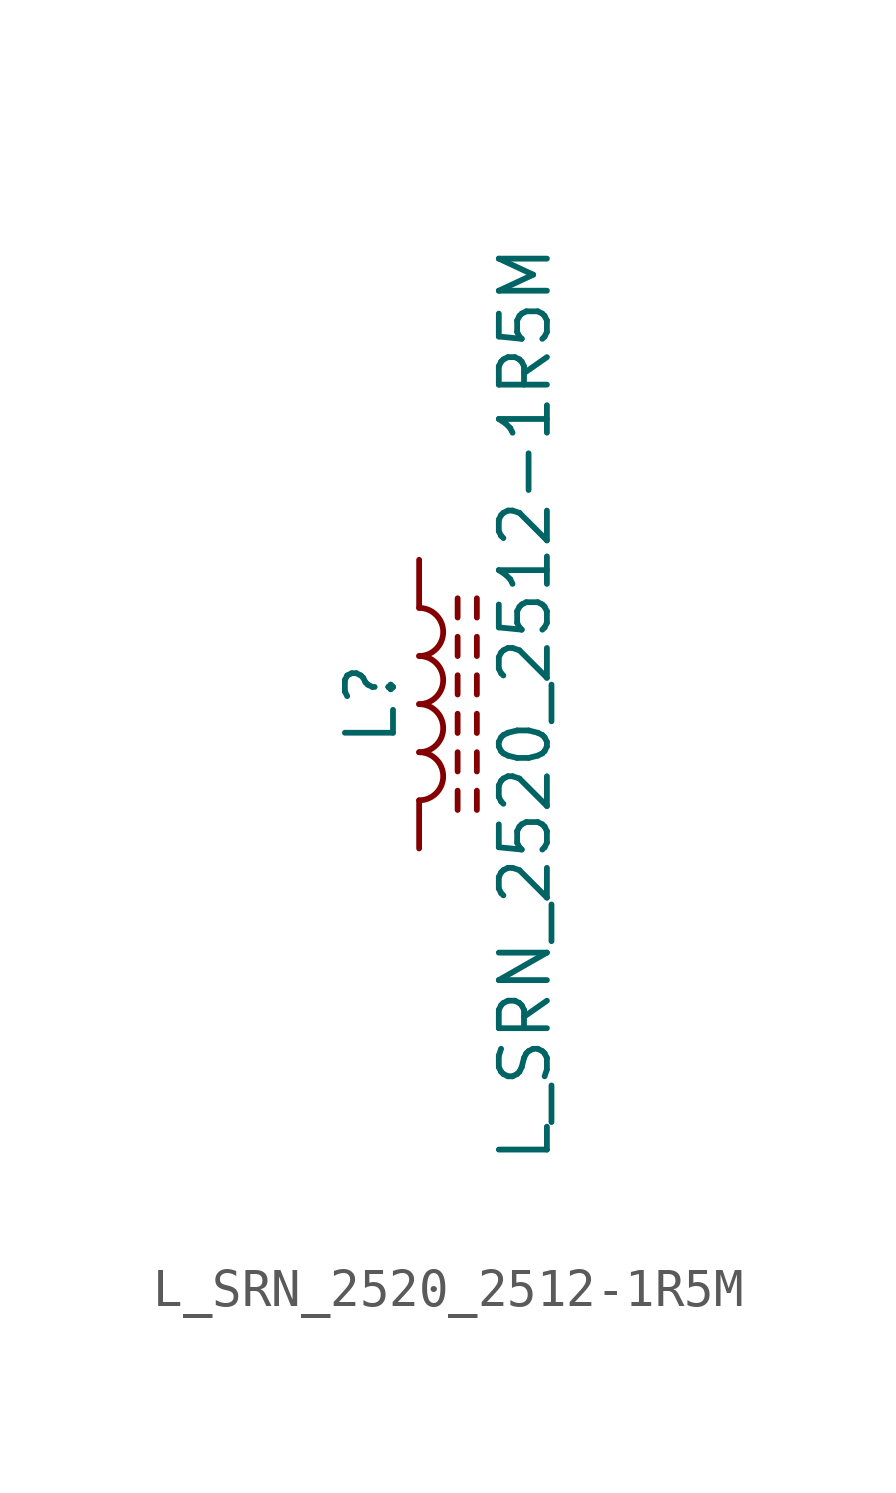
<source format=kicad_sym>
(kicad_symbol_lib
  (version 20211014)
  (generator kicad_symbol_editor)
  (symbol "L_SRN_2520_2512-1R5M"
    (pin_numbers hide)
    (pin_names
      (offset 1.016) hide)
    (property "Reference" "L"
      (at -1.27 0 90)
      (effects (font (size 1.27 1.27))))
    (property "Value" "L_SRN_2520_2512-1R5M"
      (at 2.794 0 90)
      (effects (font (size 1.27 1.27))))
    (symbol "L_SRN_2520_2512-1R5M_0_1"
      (arc (start 0 -2.54) (mid 0.635 -1.905) (end 0 -1.27) (stroke (width 0) (type default) (color 0 0 0 0)) (fill (type none)))
      (arc (start 0 -1.27) (mid 0.635 -0.635) (end 0 0) (stroke (width 0) (type default) (color 0 0 0 0)) (fill (type none)))
      (polyline (pts (xy 1.016 -2.794) (xy 1.016 -2.286)) (stroke (width 0) (type default) (color 0 0 0 0)) (fill (type none)))
      (polyline (pts (xy 1.016 -1.778) (xy 1.016 -1.27)) (stroke (width 0) (type default) (color 0 0 0 0)) (fill (type none)))
      (polyline (pts (xy 1.016 -0.762) (xy 1.016 -0.254)) (stroke (width 0) (type default) (color 0 0 0 0)) (fill (type none)))
      (polyline (pts (xy 1.016 0.254) (xy 1.016 0.762)) (stroke (width 0) (type default) (color 0 0 0 0)) (fill (type none)))
      (polyline (pts (xy 1.016 1.27) (xy 1.016 1.778)) (stroke (width 0) (type default) (color 0 0 0 0)) (fill (type none)))
      (polyline (pts (xy 1.016 2.286) (xy 1.016 2.794)) (stroke (width 0) (type default) (color 0 0 0 0)) (fill (type none)))
      (polyline (pts (xy 1.524 -2.286) (xy 1.524 -2.794)) (stroke (width 0) (type default) (color 0 0 0 0)) (fill (type none)))
      (polyline (pts (xy 1.524 -1.27) (xy 1.524 -1.778)) (stroke (width 0) (type default) (color 0 0 0 0)) (fill (type none)))
      (polyline (pts (xy 1.524 -0.254) (xy 1.524 -0.762)) (stroke (width 0) (type default) (color 0 0 0 0)) (fill (type none)))
      (polyline (pts (xy 1.524 0.762) (xy 1.524 0.254)) (stroke (width 0) (type default) (color 0 0 0 0)) (fill (type none)))
      (polyline (pts (xy 1.524 1.778) (xy 1.524 1.27)) (stroke (width 0) (type default) (color 0 0 0 0)) (fill (type none)))
      (polyline (pts (xy 1.524 2.794) (xy 1.524 2.286)) (stroke (width 0) (type default) (color 0 0 0 0)) (fill (type none)))
      (arc (start 0 0) (mid 0.635 0.635) (end 0 1.27) (stroke (width 0) (type default) (color 0 0 0 0)) (fill (type none)))
      (arc (start 0 1.27) (mid 0.635 1.905) (end 0 2.54) (stroke (width 0) (type default) (color 0 0 0 0)) (fill (type none))))
    (symbol "L_SRN_2520_2512-1R5M_1_1"
      (pin passive line (at 0 3.81 270) (length 1.27) (name "1" (effects (font (size 1.27 1.27)))) (number "1" (effects (font (size 1.27 1.27)))))
      (pin passive line (at 0 -3.81 90) (length 1.27) (name "2" (effects (font (size 1.27 1.27)))) (number "2" (effects (font (size 1.27 1.27))))))))
</source>
